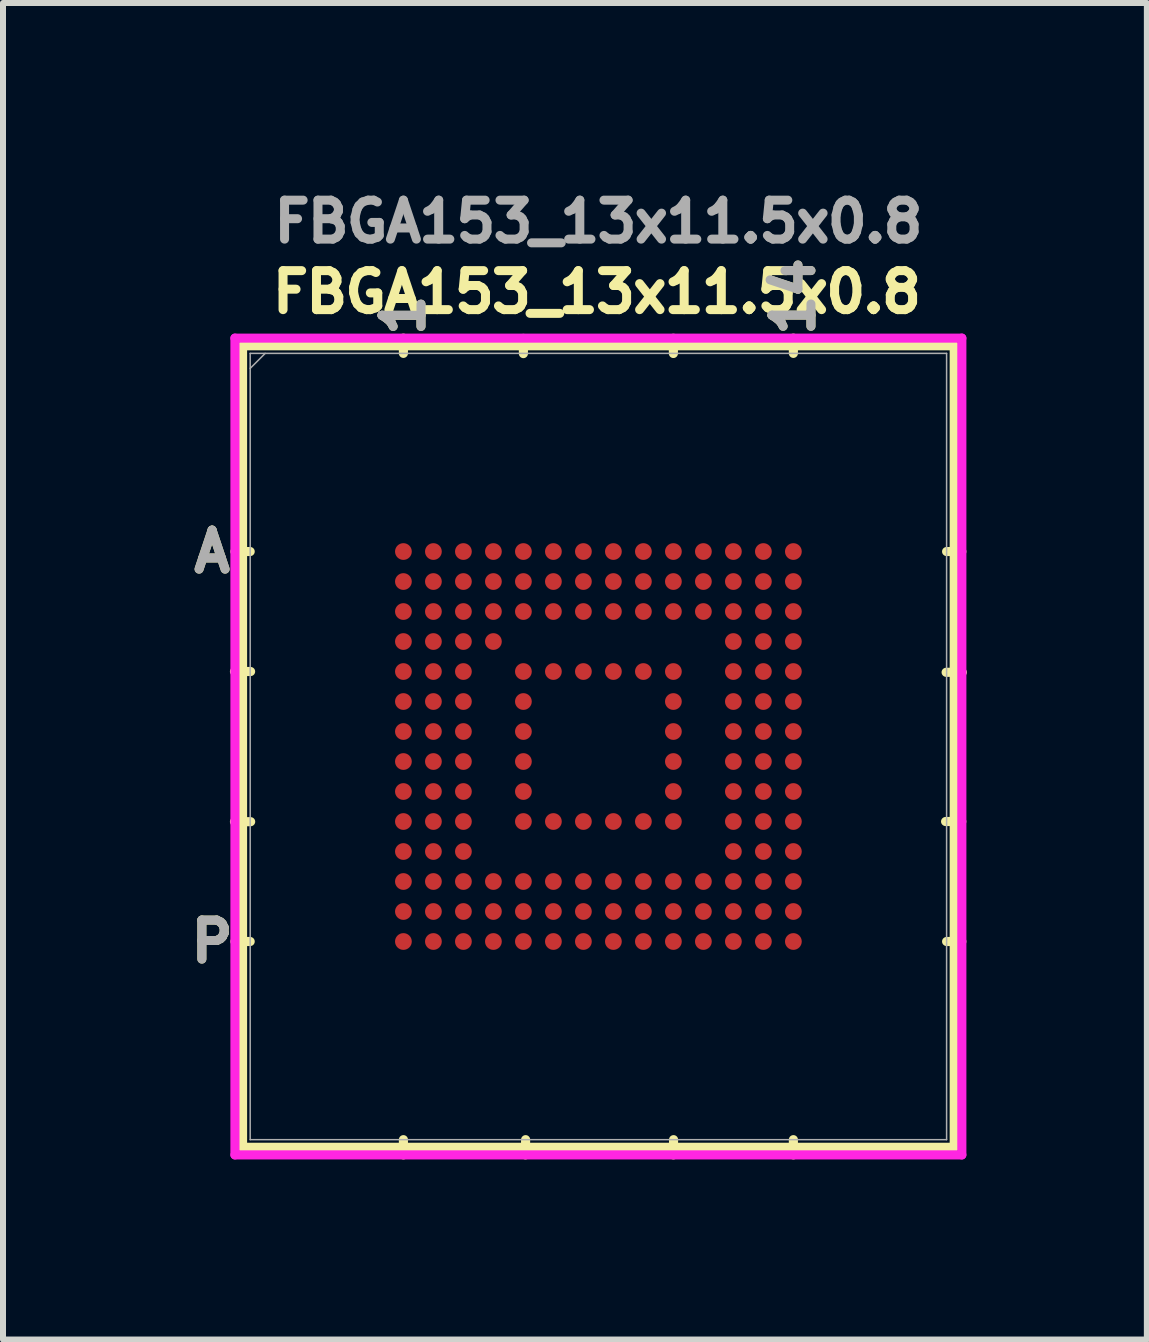
<source format=kicad_pcb>
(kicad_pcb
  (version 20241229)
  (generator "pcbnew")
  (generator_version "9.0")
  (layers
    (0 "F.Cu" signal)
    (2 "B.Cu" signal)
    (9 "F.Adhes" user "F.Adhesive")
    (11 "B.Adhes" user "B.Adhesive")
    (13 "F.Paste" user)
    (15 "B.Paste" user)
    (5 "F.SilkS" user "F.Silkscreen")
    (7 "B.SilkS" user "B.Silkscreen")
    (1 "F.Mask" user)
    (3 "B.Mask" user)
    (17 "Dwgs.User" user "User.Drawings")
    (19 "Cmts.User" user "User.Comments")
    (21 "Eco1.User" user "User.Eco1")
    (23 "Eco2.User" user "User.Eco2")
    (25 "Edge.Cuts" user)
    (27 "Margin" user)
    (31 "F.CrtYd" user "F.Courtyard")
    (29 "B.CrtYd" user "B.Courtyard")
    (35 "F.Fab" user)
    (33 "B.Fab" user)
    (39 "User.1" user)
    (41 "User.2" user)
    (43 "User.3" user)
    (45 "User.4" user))
  (footprint "FBGA153_13x11.5x0.8"
    (layer "F.Cu")
    (at 6.924 9.393)
    (property "Reference" "FBGA153_13x11.5x0.8" (at -0.025 -7.575 0) (unlocked yes) (layer "F.SilkS") (effects (font (size 0.65 0.65) (thickness 0.15))))
    (attr smd)
    (fp_line (start -5.931 -6.68) (end -5.931 6.68) (stroke (width 0.152) (type solid)) (layer "F.SilkS"))
    (fp_line (start -5.931 6.68) (end 5.931 6.68) (stroke (width 0.152) (type solid)) (layer "F.SilkS"))
    (fp_line (start -5.804 -3.25) (end -6.058 -3.25) (stroke (width 0.152) (type solid)) (layer "F.SilkS"))
    (fp_line (start -5.804 3.25) (end -6.058 3.25) (stroke (width 0.152) (type solid)) (layer "F.SilkS"))
    (fp_line (start -5.797 -1.25) (end -6.066 -1.25) (stroke (width 0.152) (type solid)) (layer "F.SilkS"))
    (fp_line (start -5.796 1.253) (end -6.066 1.253) (stroke (width 0.152) (type solid)) (layer "F.SilkS"))
    (fp_line (start -3.25 -6.553) (end -3.25 -6.807) (stroke (width 0.152) (type solid)) (layer "F.SilkS"))
    (fp_line (start -3.25 6.553) (end -3.25 6.807) (stroke (width 0.152) (type solid)) (layer "F.SilkS"))
    (fp_line (start -1.25 -6.549) (end -1.25 -6.803) (stroke (width 0.152) (type solid)) (layer "F.SilkS"))
    (fp_line (start -1.216 6.807) (end -1.213 6.553) (stroke (width 0.152) (type solid)) (layer "F.SilkS"))
    (fp_line (start 1.25 -6.551) (end 1.25 -6.805) (stroke (width 0.152) (type solid)) (layer "F.SilkS"))
    (fp_line (start 1.25 6.807) (end 1.253 6.553) (stroke (width 0.152) (type solid)) (layer "F.SilkS"))
    (fp_line (start 3.25 -6.553) (end 3.25 -6.807) (stroke (width 0.152) (type solid)) (layer "F.SilkS"))
    (fp_line (start 3.25 6.553) (end 3.25 6.807) (stroke (width 0.152) (type solid)) (layer "F.SilkS"))
    (fp_line (start 5.804 -3.25) (end 6.058 -3.25) (stroke (width 0.152) (type solid)) (layer "F.SilkS"))
    (fp_line (start 5.804 3.25) (end 6.058 3.25) (stroke (width 0.152) (type solid)) (layer "F.SilkS"))
    (fp_line (start 5.931 -6.68) (end -5.931 -6.68) (stroke (width 0.152) (type solid)) (layer "F.SilkS"))
    (fp_line (start 5.931 6.68) (end 5.931 -6.68) (stroke (width 0.152) (type solid)) (layer "F.SilkS"))
    (fp_line (start 6.057 1.25) (end 5.787 1.25) (stroke (width 0.152) (type solid)) (layer "F.SilkS"))
    (fp_line (start 6.066 -1.237) (end 5.796 -1.237) (stroke (width 0.152) (type solid)) (layer "F.SilkS"))
    (fp_line (start -6.058 -6.807) (end 6.058 -6.807) (stroke (width 0.152) (type solid)) (layer "F.CrtYd"))
    (fp_line (start -6.058 6.807) (end -6.058 -6.807) (stroke (width 0.152) (type solid)) (layer "F.CrtYd"))
    (fp_line (start 6.058 -6.807) (end 6.058 6.807) (stroke (width 0.152) (type solid)) (layer "F.CrtYd"))
    (fp_line (start 6.058 6.807) (end -6.058 6.807) (stroke (width 0.152) (type solid)) (layer "F.CrtYd"))
    (fp_line (start -5.804 -6.553) (end -5.804 6.553) (stroke (width 0.025) (type solid)) (layer "F.Fab"))
    (fp_line (start -5.804 6.553) (end 5.804 6.553) (stroke (width 0.025) (type solid)) (layer "F.Fab"))
    (fp_line (start -5.554 -6.553) (end -5.804 -6.303) (stroke (width 0.025) (type solid)) (layer "F.Fab"))
    (fp_line (start 5.804 -6.553) (end -5.804 -6.553) (stroke (width 0.025) (type solid)) (layer "F.Fab"))
    (fp_line (start 5.804 6.553) (end 5.804 -6.553) (stroke (width 0.025) (type solid)) (layer "F.Fab"))
    (fp_text user "P" (at -6.439 3.25 0) (unlocked yes) (layer "F.SilkS") (effects (font (size 0.65 0.65) (thickness 0.15))))
    (fp_text user "1" (at -3.25 -7.188 90) (unlocked yes) (layer "F.SilkS") (effects (font (size 0.65 0.65) (thickness 0.15))))
    (fp_text user "A" (at -6.439 -3.25 0) (unlocked yes) (layer "F.SilkS") (effects (font (size 0.65 0.65) (thickness 0.15))))
    (fp_text user "14" (at 3.25 -7.5 90) (unlocked yes) (layer "F.SilkS") (effects (font (size 0.65 0.65) (thickness 0.15))))
    (fp_text user "P" (at -6.439 3.25 0) (unlocked yes) (layer "F.Fab") (effects (font (size 0.65 0.65) (thickness 0.15))))
    (fp_text user "${REFERENCE}" (at 0 -8.75 0) (unlocked yes) (layer "F.Fab") (effects (font (size 0.65 0.65) (thickness 0.15))))
    (fp_text user "A" (at -6.439 -3.25 0) (unlocked yes) (layer "F.Fab") (effects (font (size 0.65 0.65) (thickness 0.15))))
    (fp_text user "14" (at 3.25 -7.5 90) (unlocked yes) (layer "F.Fab") (effects (font (size 0.65 0.65) (thickness 0.15))))
    (fp_text user "1" (at -3.25 -7.188 90) (unlocked yes) (layer "F.Fab") (effects (font (size 0.65 0.65) (thickness 0.15))))
    (pad "A1" smd circle (at -3.25 -3.25) (size 0.279 0.279) (layers "F.Cu" "F.Mask" "F.Paste"))
    (pad "A2" smd circle (at -2.75 -3.25) (size 0.279 0.279) (layers "F.Cu" "F.Mask" "F.Paste"))
    (pad "A3" smd circle (at -2.25 -3.25) (size 0.279 0.279) (layers "F.Cu" "F.Mask" "F.Paste"))
    (pad "A4" smd circle (at -1.75 -3.25) (size 0.279 0.279) (layers "F.Cu" "F.Mask" "F.Paste"))
    (pad "A5" smd circle (at -1.25 -3.25) (size 0.279 0.279) (layers "F.Cu" "F.Mask" "F.Paste"))
    (pad "A6" smd circle (at -0.75 -3.25) (size 0.279 0.279) (layers "F.Cu" "F.Mask" "F.Paste"))
    (pad "A7" smd circle (at -0.25 -3.25) (size 0.279 0.279) (layers "F.Cu" "F.Mask" "F.Paste"))
    (pad "A8" smd circle (at 0.25 -3.25) (size 0.279 0.279) (layers "F.Cu" "F.Mask" "F.Paste"))
    (pad "A9" smd circle (at 0.75 -3.25) (size 0.279 0.279) (layers "F.Cu" "F.Mask" "F.Paste"))
    (pad "A10" smd circle (at 1.25 -3.25) (size 0.279 0.279) (layers "F.Cu" "F.Mask" "F.Paste"))
    (pad "A11" smd circle (at 1.75 -3.25) (size 0.279 0.279) (layers "F.Cu" "F.Mask" "F.Paste"))
    (pad "A12" smd circle (at 2.25 -3.25) (size 0.279 0.279) (layers "F.Cu" "F.Mask" "F.Paste"))
    (pad "A13" smd circle (at 2.75 -3.25) (size 0.279 0.279) (layers "F.Cu" "F.Mask" "F.Paste"))
    (pad "A14" smd circle (at 3.25 -3.25) (size 0.279 0.279) (layers "F.Cu" "F.Mask" "F.Paste"))
    (pad "B1" smd circle (at -3.25 -2.75) (size 0.279 0.279) (layers "F.Cu" "F.Mask" "F.Paste"))
    (pad "B2" smd circle (at -2.75 -2.75) (size 0.279 0.279) (layers "F.Cu" "F.Mask" "F.Paste"))
    (pad "B3" smd circle (at -2.25 -2.75) (size 0.279 0.279) (layers "F.Cu" "F.Mask" "F.Paste"))
    (pad "B4" smd circle (at -1.75 -2.75) (size 0.279 0.279) (layers "F.Cu" "F.Mask" "F.Paste"))
    (pad "B5" smd circle (at -1.25 -2.75) (size 0.279 0.279) (layers "F.Cu" "F.Mask" "F.Paste"))
    (pad "B6" smd circle (at -0.75 -2.75) (size 0.279 0.279) (layers "F.Cu" "F.Mask" "F.Paste"))
    (pad "B7" smd circle (at -0.25 -2.75) (size 0.279 0.279) (layers "F.Cu" "F.Mask" "F.Paste"))
    (pad "B8" smd circle (at 0.25 -2.75) (size 0.279 0.279) (layers "F.Cu" "F.Mask" "F.Paste"))
    (pad "B9" smd circle (at 0.75 -2.75) (size 0.279 0.279) (layers "F.Cu" "F.Mask" "F.Paste"))
    (pad "B10" smd circle (at 1.25 -2.75) (size 0.279 0.279) (layers "F.Cu" "F.Mask" "F.Paste"))
    (pad "B11" smd circle (at 1.75 -2.75) (size 0.279 0.279) (layers "F.Cu" "F.Mask" "F.Paste"))
    (pad "B12" smd circle (at 2.25 -2.75) (size 0.279 0.279) (layers "F.Cu" "F.Mask" "F.Paste"))
    (pad "B13" smd circle (at 2.75 -2.75) (size 0.279 0.279) (layers "F.Cu" "F.Mask" "F.Paste"))
    (pad "B14" smd circle (at 3.25 -2.75) (size 0.279 0.279) (layers "F.Cu" "F.Mask" "F.Paste"))
    (pad "C1" smd circle (at -3.25 -2.25) (size 0.279 0.279) (layers "F.Cu" "F.Mask" "F.Paste"))
    (pad "C2" smd circle (at -2.75 -2.25) (size 0.279 0.279) (layers "F.Cu" "F.Mask" "F.Paste"))
    (pad "C3" smd circle (at -2.25 -2.25) (size 0.279 0.279) (layers "F.Cu" "F.Mask" "F.Paste"))
    (pad "C4" smd circle (at -1.75 -2.25) (size 0.279 0.279) (layers "F.Cu" "F.Mask" "F.Paste"))
    (pad "C5" smd circle (at -1.25 -2.25) (size 0.279 0.279) (layers "F.Cu" "F.Mask" "F.Paste"))
    (pad "C6" smd circle (at -0.75 -2.25) (size 0.279 0.279) (layers "F.Cu" "F.Mask" "F.Paste"))
    (pad "C7" smd circle (at -0.25 -2.25) (size 0.279 0.279) (layers "F.Cu" "F.Mask" "F.Paste"))
    (pad "C8" smd circle (at 0.25 -2.25) (size 0.279 0.279) (layers "F.Cu" "F.Mask" "F.Paste"))
    (pad "C9" smd circle (at 0.75 -2.25) (size 0.279 0.279) (layers "F.Cu" "F.Mask" "F.Paste"))
    (pad "C10" smd circle (at 1.25 -2.25) (size 0.279 0.279) (layers "F.Cu" "F.Mask" "F.Paste"))
    (pad "C11" smd circle (at 1.75 -2.25) (size 0.279 0.279) (layers "F.Cu" "F.Mask" "F.Paste"))
    (pad "C12" smd circle (at 2.25 -2.25) (size 0.279 0.279) (layers "F.Cu" "F.Mask" "F.Paste"))
    (pad "C13" smd circle (at 2.75 -2.25) (size 0.279 0.279) (layers "F.Cu" "F.Mask" "F.Paste"))
    (pad "C14" smd circle (at 3.25 -2.25) (size 0.279 0.279) (layers "F.Cu" "F.Mask" "F.Paste"))
    (pad "D1" smd circle (at -3.25 -1.75) (size 0.279 0.279) (layers "F.Cu" "F.Mask" "F.Paste"))
    (pad "D2" smd circle (at -2.75 -1.75) (size 0.279 0.279) (layers "F.Cu" "F.Mask" "F.Paste"))
    (pad "D3" smd circle (at -2.25 -1.75) (size 0.279 0.279) (layers "F.Cu" "F.Mask" "F.Paste"))
    (pad "D4" smd circle (at -1.75 -1.75) (size 0.279 0.279) (layers "F.Cu" "F.Mask" "F.Paste"))
    (pad "D12" smd circle (at 2.25 -1.75) (size 0.279 0.279) (layers "F.Cu" "F.Mask" "F.Paste"))
    (pad "D13" smd circle (at 2.75 -1.75) (size 0.279 0.279) (layers "F.Cu" "F.Mask" "F.Paste"))
    (pad "D14" smd circle (at 3.25 -1.75) (size 0.279 0.279) (layers "F.Cu" "F.Mask" "F.Paste"))
    (pad "E1" smd circle (at -3.25 -1.25) (size 0.279 0.279) (layers "F.Cu" "F.Mask" "F.Paste"))
    (pad "E2" smd circle (at -2.75 -1.25) (size 0.279 0.279) (layers "F.Cu" "F.Mask" "F.Paste"))
    (pad "E3" smd circle (at -2.25 -1.25) (size 0.279 0.279) (layers "F.Cu" "F.Mask" "F.Paste"))
    (pad "E5" smd circle (at -1.25 -1.25) (size 0.279 0.279) (layers "F.Cu" "F.Mask" "F.Paste"))
    (pad "E6" smd circle (at -0.75 -1.25) (size 0.279 0.279) (layers "F.Cu" "F.Mask" "F.Paste"))
    (pad "E7" smd circle (at -0.25 -1.25) (size 0.279 0.279) (layers "F.Cu" "F.Mask" "F.Paste"))
    (pad "E8" smd circle (at 0.25 -1.25) (size 0.279 0.279) (layers "F.Cu" "F.Mask" "F.Paste"))
    (pad "E9" smd circle (at 0.75 -1.25) (size 0.279 0.279) (layers "F.Cu" "F.Mask" "F.Paste"))
    (pad "E10" smd circle (at 1.25 -1.25) (size 0.279 0.279) (layers "F.Cu" "F.Mask" "F.Paste"))
    (pad "E12" smd circle (at 2.25 -1.25) (size 0.279 0.279) (layers "F.Cu" "F.Mask" "F.Paste"))
    (pad "E13" smd circle (at 2.75 -1.25) (size 0.279 0.279) (layers "F.Cu" "F.Mask" "F.Paste"))
    (pad "E14" smd circle (at 3.25 -1.25) (size 0.279 0.279) (layers "F.Cu" "F.Mask" "F.Paste"))
    (pad "F1" smd circle (at -3.25 -0.75) (size 0.279 0.279) (layers "F.Cu" "F.Mask" "F.Paste"))
    (pad "F2" smd circle (at -2.75 -0.75) (size 0.279 0.279) (layers "F.Cu" "F.Mask" "F.Paste"))
    (pad "F3" smd circle (at -2.25 -0.75) (size 0.279 0.279) (layers "F.Cu" "F.Mask" "F.Paste"))
    (pad "F5" smd circle (at -1.25 -0.75) (size 0.279 0.279) (layers "F.Cu" "F.Mask" "F.Paste"))
    (pad "F10" smd circle (at 1.25 -0.75) (size 0.279 0.279) (layers "F.Cu" "F.Mask" "F.Paste"))
    (pad "F12" smd circle (at 2.25 -0.75) (size 0.279 0.279) (layers "F.Cu" "F.Mask" "F.Paste"))
    (pad "F13" smd circle (at 2.75 -0.75) (size 0.279 0.279) (layers "F.Cu" "F.Mask" "F.Paste"))
    (pad "F14" smd circle (at 3.25 -0.75) (size 0.279 0.279) (layers "F.Cu" "F.Mask" "F.Paste"))
    (pad "G1" smd circle (at -3.25 -0.25) (size 0.279 0.279) (layers "F.Cu" "F.Mask" "F.Paste"))
    (pad "G2" smd circle (at -2.75 -0.25) (size 0.279 0.279) (layers "F.Cu" "F.Mask" "F.Paste"))
    (pad "G3" smd circle (at -2.25 -0.25) (size 0.279 0.279) (layers "F.Cu" "F.Mask" "F.Paste"))
    (pad "G5" smd circle (at -1.25 -0.25) (size 0.279 0.279) (layers "F.Cu" "F.Mask" "F.Paste"))
    (pad "G10" smd circle (at 1.25 -0.25) (size 0.279 0.279) (layers "F.Cu" "F.Mask" "F.Paste"))
    (pad "G12" smd circle (at 2.25 -0.25) (size 0.279 0.279) (layers "F.Cu" "F.Mask" "F.Paste"))
    (pad "G13" smd circle (at 2.75 -0.25) (size 0.279 0.279) (layers "F.Cu" "F.Mask" "F.Paste"))
    (pad "G14" smd circle (at 3.25 -0.25) (size 0.279 0.279) (layers "F.Cu" "F.Mask" "F.Paste"))
    (pad "H1" smd circle (at -3.25 0.25) (size 0.279 0.279) (layers "F.Cu" "F.Mask" "F.Paste"))
    (pad "H2" smd circle (at -2.75 0.25) (size 0.279 0.279) (layers "F.Cu" "F.Mask" "F.Paste"))
    (pad "H3" smd circle (at -2.25 0.25) (size 0.279 0.279) (layers "F.Cu" "F.Mask" "F.Paste"))
    (pad "H5" smd circle (at -1.25 0.25) (size 0.279 0.279) (layers "F.Cu" "F.Mask" "F.Paste"))
    (pad "H10" smd circle (at 1.25 0.25) (size 0.279 0.279) (layers "F.Cu" "F.Mask" "F.Paste"))
    (pad "H12" smd circle (at 2.25 0.25) (size 0.279 0.279) (layers "F.Cu" "F.Mask" "F.Paste"))
    (pad "H13" smd circle (at 2.75 0.25) (size 0.279 0.279) (layers "F.Cu" "F.Mask" "F.Paste"))
    (pad "H14" smd circle (at 3.25 0.25) (size 0.279 0.279) (layers "F.Cu" "F.Mask" "F.Paste"))
    (pad "J1" smd circle (at -3.25 0.75) (size 0.279 0.279) (layers "F.Cu" "F.Mask" "F.Paste"))
    (pad "J2" smd circle (at -2.75 0.75) (size 0.279 0.279) (layers "F.Cu" "F.Mask" "F.Paste"))
    (pad "J3" smd circle (at -2.25 0.75) (size 0.279 0.279) (layers "F.Cu" "F.Mask" "F.Paste"))
    (pad "J5" smd circle (at -1.25 0.75) (size 0.279 0.279) (layers "F.Cu" "F.Mask" "F.Paste"))
    (pad "J10" smd circle (at 1.25 0.75) (size 0.279 0.279) (layers "F.Cu" "F.Mask" "F.Paste"))
    (pad "J12" smd circle (at 2.25 0.75) (size 0.279 0.279) (layers "F.Cu" "F.Mask" "F.Paste"))
    (pad "J13" smd circle (at 2.75 0.75) (size 0.279 0.279) (layers "F.Cu" "F.Mask" "F.Paste"))
    (pad "J14" smd circle (at 3.25 0.75) (size 0.279 0.279) (layers "F.Cu" "F.Mask" "F.Paste"))
    (pad "K1" smd circle (at -3.25 1.25) (size 0.279 0.279) (layers "F.Cu" "F.Mask" "F.Paste"))
    (pad "K2" smd circle (at -2.75 1.25) (size 0.279 0.279) (layers "F.Cu" "F.Mask" "F.Paste"))
    (pad "K3" smd circle (at -2.25 1.25) (size 0.279 0.279) (layers "F.Cu" "F.Mask" "F.Paste"))
    (pad "K5" smd circle (at -1.25 1.25) (size 0.279 0.279) (layers "F.Cu" "F.Mask" "F.Paste"))
    (pad "K6" smd circle (at -0.75 1.25) (size 0.279 0.279) (layers "F.Cu" "F.Mask" "F.Paste"))
    (pad "K7" smd circle (at -0.25 1.25) (size 0.279 0.279) (layers "F.Cu" "F.Mask" "F.Paste"))
    (pad "K8" smd circle (at 0.25 1.25) (size 0.279 0.279) (layers "F.Cu" "F.Mask" "F.Paste"))
    (pad "K9" smd circle (at 0.75 1.25) (size 0.279 0.279) (layers "F.Cu" "F.Mask" "F.Paste"))
    (pad "K10" smd circle (at 1.25 1.25) (size 0.279 0.279) (layers "F.Cu" "F.Mask" "F.Paste"))
    (pad "K12" smd circle (at 2.25 1.25) (size 0.279 0.279) (layers "F.Cu" "F.Mask" "F.Paste"))
    (pad "K13" smd circle (at 2.75 1.25) (size 0.279 0.279) (layers "F.Cu" "F.Mask" "F.Paste"))
    (pad "K14" smd circle (at 3.25 1.25) (size 0.279 0.279) (layers "F.Cu" "F.Mask" "F.Paste"))
    (pad "L1" smd circle (at -3.25 1.75) (size 0.279 0.279) (layers "F.Cu" "F.Mask" "F.Paste"))
    (pad "L2" smd circle (at -2.75 1.75) (size 0.279 0.279) (layers "F.Cu" "F.Mask" "F.Paste"))
    (pad "L3" smd circle (at -2.25 1.75) (size 0.279 0.279) (layers "F.Cu" "F.Mask" "F.Paste"))
    (pad "L12" smd circle (at 2.25 1.75) (size 0.279 0.279) (layers "F.Cu" "F.Mask" "F.Paste"))
    (pad "L13" smd circle (at 2.75 1.75) (size 0.279 0.279) (layers "F.Cu" "F.Mask" "F.Paste"))
    (pad "L14" smd circle (at 3.25 1.75) (size 0.279 0.279) (layers "F.Cu" "F.Mask" "F.Paste"))
    (pad "M1" smd circle (at -3.25 2.25) (size 0.279 0.279) (layers "F.Cu" "F.Mask" "F.Paste"))
    (pad "M2" smd circle (at -2.75 2.25) (size 0.279 0.279) (layers "F.Cu" "F.Mask" "F.Paste"))
    (pad "M3" smd circle (at -2.25 2.25) (size 0.279 0.279) (layers "F.Cu" "F.Mask" "F.Paste"))
    (pad "M4" smd circle (at -1.75 2.25) (size 0.279 0.279) (layers "F.Cu" "F.Mask" "F.Paste"))
    (pad "M5" smd circle (at -1.25 2.25) (size 0.279 0.279) (layers "F.Cu" "F.Mask" "F.Paste"))
    (pad "M6" smd circle (at -0.75 2.25) (size 0.279 0.279) (layers "F.Cu" "F.Mask" "F.Paste"))
    (pad "M7" smd circle (at -0.25 2.25) (size 0.279 0.279) (layers "F.Cu" "F.Mask" "F.Paste"))
    (pad "M8" smd circle (at 0.25 2.25) (size 0.279 0.279) (layers "F.Cu" "F.Mask" "F.Paste"))
    (pad "M9" smd circle (at 0.75 2.25) (size 0.279 0.279) (layers "F.Cu" "F.Mask" "F.Paste"))
    (pad "M10" smd circle (at 1.25 2.25) (size 0.279 0.279) (layers "F.Cu" "F.Mask" "F.Paste"))
    (pad "M11" smd circle (at 1.75 2.25) (size 0.279 0.279) (layers "F.Cu" "F.Mask" "F.Paste"))
    (pad "M12" smd circle (at 2.25 2.25) (size 0.279 0.279) (layers "F.Cu" "F.Mask" "F.Paste"))
    (pad "M13" smd circle (at 2.75 2.25) (size 0.279 0.279) (layers "F.Cu" "F.Mask" "F.Paste"))
    (pad "M14" smd circle (at 3.25 2.25) (size 0.279 0.279) (layers "F.Cu" "F.Mask" "F.Paste"))
    (pad "N1" smd circle (at -3.25 2.75) (size 0.279 0.279) (layers "F.Cu" "F.Mask" "F.Paste"))
    (pad "N2" smd circle (at -2.75 2.75) (size 0.279 0.279) (layers "F.Cu" "F.Mask" "F.Paste"))
    (pad "N3" smd circle (at -2.25 2.75) (size 0.279 0.279) (layers "F.Cu" "F.Mask" "F.Paste"))
    (pad "N4" smd circle (at -1.75 2.75) (size 0.279 0.279) (layers "F.Cu" "F.Mask" "F.Paste"))
    (pad "N5" smd circle (at -1.25 2.75) (size 0.279 0.279) (layers "F.Cu" "F.Mask" "F.Paste"))
    (pad "N6" smd circle (at -0.75 2.75) (size 0.279 0.279) (layers "F.Cu" "F.Mask" "F.Paste"))
    (pad "N7" smd circle (at -0.25 2.75) (size 0.279 0.279) (layers "F.Cu" "F.Mask" "F.Paste"))
    (pad "N8" smd circle (at 0.25 2.75) (size 0.279 0.279) (layers "F.Cu" "F.Mask" "F.Paste"))
    (pad "N9" smd circle (at 0.75 2.75) (size 0.279 0.279) (layers "F.Cu" "F.Mask" "F.Paste"))
    (pad "N10" smd circle (at 1.25 2.75) (size 0.279 0.279) (layers "F.Cu" "F.Mask" "F.Paste"))
    (pad "N11" smd circle (at 1.75 2.75) (size 0.279 0.279) (layers "F.Cu" "F.Mask" "F.Paste"))
    (pad "N12" smd circle (at 2.25 2.75) (size 0.279 0.279) (layers "F.Cu" "F.Mask" "F.Paste"))
    (pad "N13" smd circle (at 2.75 2.75) (size 0.279 0.279) (layers "F.Cu" "F.Mask" "F.Paste"))
    (pad "N14" smd circle (at 3.25 2.75) (size 0.279 0.279) (layers "F.Cu" "F.Mask" "F.Paste"))
    (pad "P1" smd circle (at -3.25 3.25) (size 0.279 0.279) (layers "F.Cu" "F.Mask" "F.Paste"))
    (pad "P2" smd circle (at -2.75 3.25) (size 0.279 0.279) (layers "F.Cu" "F.Mask" "F.Paste"))
    (pad "P3" smd circle (at -2.25 3.25) (size 0.279 0.279) (layers "F.Cu" "F.Mask" "F.Paste"))
    (pad "P4" smd circle (at -1.75 3.25) (size 0.279 0.279) (layers "F.Cu" "F.Mask" "F.Paste"))
    (pad "P5" smd circle (at -1.25 3.25) (size 0.279 0.279) (layers "F.Cu" "F.Mask" "F.Paste"))
    (pad "P6" smd circle (at -0.75 3.25) (size 0.279 0.279) (layers "F.Cu" "F.Mask" "F.Paste"))
    (pad "P7" smd circle (at -0.25 3.25) (size 0.279 0.279) (layers "F.Cu" "F.Mask" "F.Paste"))
    (pad "P8" smd circle (at 0.25 3.25) (size 0.279 0.279) (layers "F.Cu" "F.Mask" "F.Paste"))
    (pad "P9" smd circle (at 0.75 3.25) (size 0.279 0.279) (layers "F.Cu" "F.Mask" "F.Paste"))
    (pad "P10" smd circle (at 1.25 3.25) (size 0.279 0.279) (layers "F.Cu" "F.Mask" "F.Paste"))
    (pad "P11" smd circle (at 1.75 3.25) (size 0.279 0.279) (layers "F.Cu" "F.Mask" "F.Paste"))
    (pad "P12" smd circle (at 2.25 3.25) (size 0.279 0.279) (layers "F.Cu" "F.Mask" "F.Paste"))
    (pad "P13" smd circle (at 2.75 3.25) (size 0.279 0.279) (layers "F.Cu" "F.Mask" "F.Paste"))
    (pad "P14" smd circle (at 3.25 3.25) (size 0.279 0.279) (layers "F.Cu" "F.Mask" "F.Paste")))
  (gr_rect
    (start -3 -3)
    (end 16.066 19.277)
    (stroke (width 0.1) (type default))
    (fill no)
    (layer "Edge.Cuts")))
</source>
